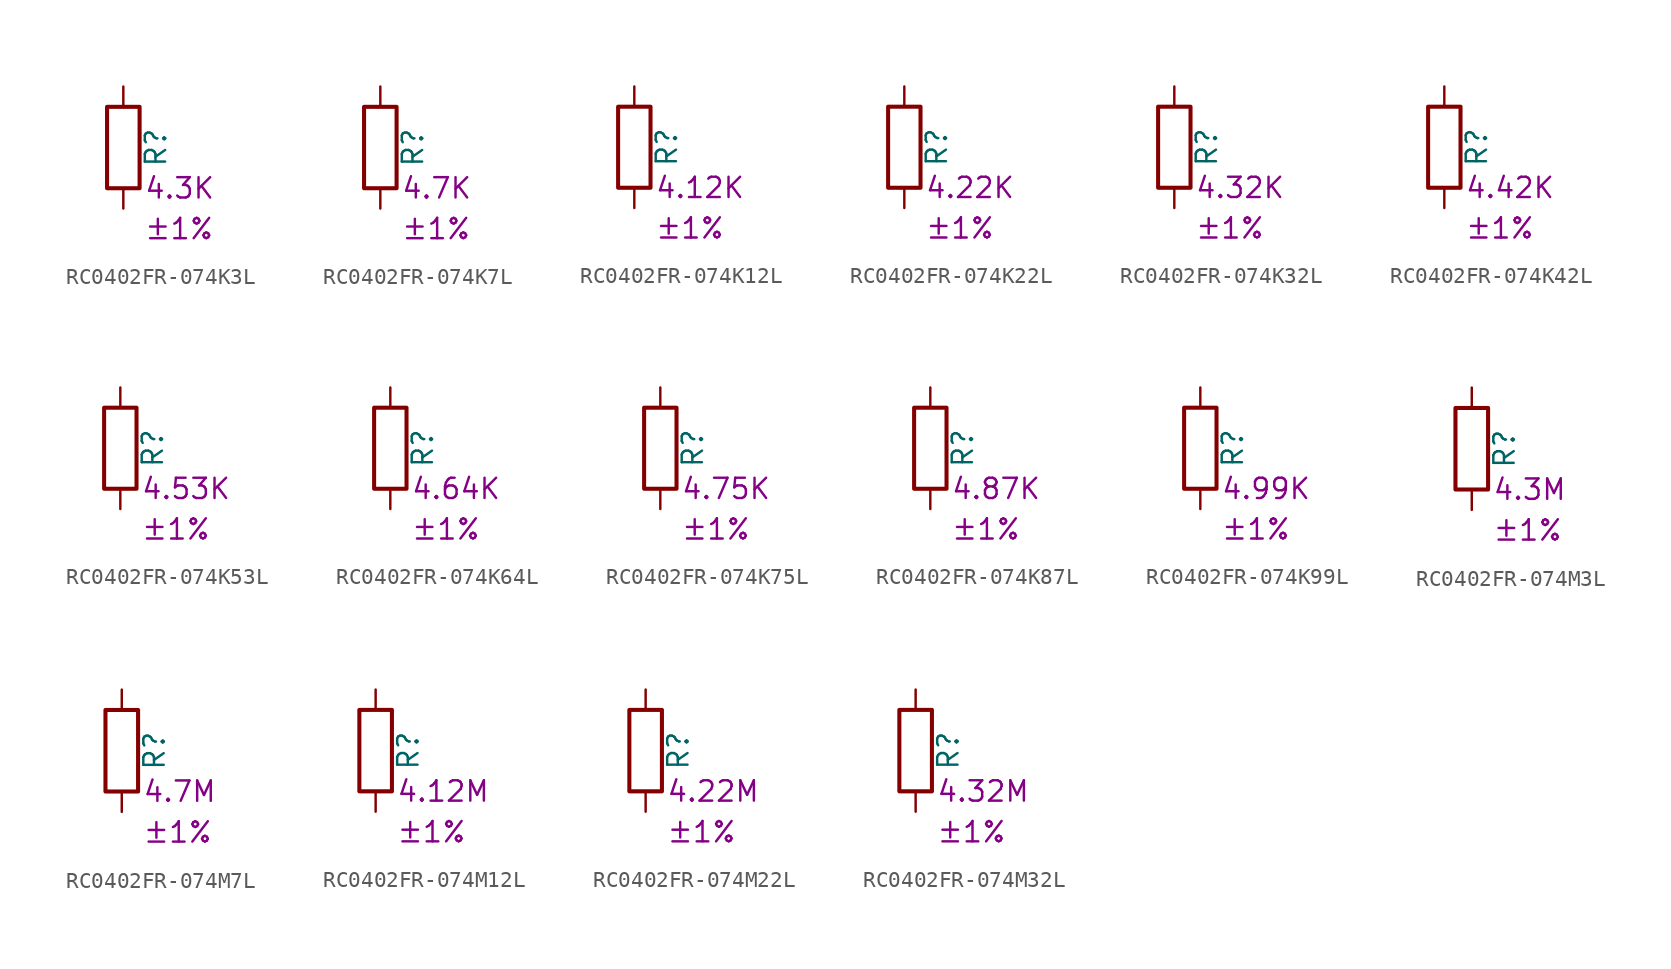
<source format=kicad_sym>
(kicad_symbol_lib
  (version 20220914)
  (generator kicad_symbol_editor)
  (symbol "RC0402FR-074K3L"
    (pin_numbers hide)
    (pin_names
      (offset 0))
    (property "Reference" "R"
      (at 2.032 0 90)
      (effects (font (size 1.27 1.27))))
    (property "Resistance" "4.3K"
      (at 1.27 -2.54 0)
      (effects (font (size 1.27 1.27)) (justify left)))
    (property "Tolerance" "±1%"
      (at 1.27 -5.08 0)
      (effects (font (size 1.27 1.27)) (justify left)))
    (symbol "RC0402FR-074K3L_0_1"
      (rectangle (start -1.016 -2.54) (end 1.016 2.54) (stroke (width 0.254) (type default)) (fill (type none))))
    (symbol "RC0402FR-074K3L_1_1"
      (pin passive line (at 0 3.81 270) (length 1.27) (name "~" (effects (font (size 1.27 1.27)))) (number "1" (effects (font (size 1.27 1.27)))))
      (pin passive line (at 0 -3.81 90) (length 1.27) (name "~" (effects (font (size 1.27 1.27)))) (number "2" (effects (font (size 1.27 1.27)))))))
  (symbol "RC0402FR-074K7L"
    (pin_numbers hide)
    (pin_names
      (offset 0))
    (property "Reference" "R"
      (at 2.032 0 90)
      (effects (font (size 1.27 1.27))))
    (property "Resistance" "4.7K"
      (at 1.27 -2.54 0)
      (effects (font (size 1.27 1.27)) (justify left)))
    (property "Tolerance" "±1%"
      (at 1.27 -5.08 0)
      (effects (font (size 1.27 1.27)) (justify left)))
    (symbol "RC0402FR-074K7L_0_1"
      (rectangle (start -1.016 -2.54) (end 1.016 2.54) (stroke (width 0.254) (type default)) (fill (type none))))
    (symbol "RC0402FR-074K7L_1_1"
      (pin passive line (at 0 3.81 270) (length 1.27) (name "~" (effects (font (size 1.27 1.27)))) (number "1" (effects (font (size 1.27 1.27)))))
      (pin passive line (at 0 -3.81 90) (length 1.27) (name "~" (effects (font (size 1.27 1.27)))) (number "2" (effects (font (size 1.27 1.27)))))))
  (symbol "RC0402FR-074K12L"
    (pin_numbers hide)
    (pin_names
      (offset 0))
    (property "Reference" "R"
      (at 2.032 0 90)
      (effects (font (size 1.27 1.27))))
    (property "Resistance" "4.12K"
      (at 1.27 -2.54 0)
      (effects (font (size 1.27 1.27)) (justify left)))
    (property "Tolerance" "±1%"
      (at 1.27 -5.08 0)
      (effects (font (size 1.27 1.27)) (justify left)))
    (symbol "RC0402FR-074K12L_0_1"
      (rectangle (start -1.016 -2.54) (end 1.016 2.54) (stroke (width 0.254) (type default)) (fill (type none))))
    (symbol "RC0402FR-074K12L_1_1"
      (pin passive line (at 0 3.81 270) (length 1.27) (name "~" (effects (font (size 1.27 1.27)))) (number "1" (effects (font (size 1.27 1.27)))))
      (pin passive line (at 0 -3.81 90) (length 1.27) (name "~" (effects (font (size 1.27 1.27)))) (number "2" (effects (font (size 1.27 1.27)))))))
  (symbol "RC0402FR-074K22L"
    (pin_numbers hide)
    (pin_names
      (offset 0))
    (property "Reference" "R"
      (at 2.032 0 90)
      (effects (font (size 1.27 1.27))))
    (property "Resistance" "4.22K"
      (at 1.27 -2.54 0)
      (effects (font (size 1.27 1.27)) (justify left)))
    (property "Tolerance" "±1%"
      (at 1.27 -5.08 0)
      (effects (font (size 1.27 1.27)) (justify left)))
    (symbol "RC0402FR-074K22L_0_1"
      (rectangle (start -1.016 -2.54) (end 1.016 2.54) (stroke (width 0.254) (type default)) (fill (type none))))
    (symbol "RC0402FR-074K22L_1_1"
      (pin passive line (at 0 3.81 270) (length 1.27) (name "~" (effects (font (size 1.27 1.27)))) (number "1" (effects (font (size 1.27 1.27)))))
      (pin passive line (at 0 -3.81 90) (length 1.27) (name "~" (effects (font (size 1.27 1.27)))) (number "2" (effects (font (size 1.27 1.27)))))))
  (symbol "RC0402FR-074K32L"
    (pin_numbers hide)
    (pin_names
      (offset 0))
    (property "Reference" "R"
      (at 2.032 0 90)
      (effects (font (size 1.27 1.27))))
    (property "Resistance" "4.32K"
      (at 1.27 -2.54 0)
      (effects (font (size 1.27 1.27)) (justify left)))
    (property "Tolerance" "±1%"
      (at 1.27 -5.08 0)
      (effects (font (size 1.27 1.27)) (justify left)))
    (symbol "RC0402FR-074K32L_0_1"
      (rectangle (start -1.016 -2.54) (end 1.016 2.54) (stroke (width 0.254) (type default)) (fill (type none))))
    (symbol "RC0402FR-074K32L_1_1"
      (pin passive line (at 0 3.81 270) (length 1.27) (name "~" (effects (font (size 1.27 1.27)))) (number "1" (effects (font (size 1.27 1.27)))))
      (pin passive line (at 0 -3.81 90) (length 1.27) (name "~" (effects (font (size 1.27 1.27)))) (number "2" (effects (font (size 1.27 1.27)))))))
  (symbol "RC0402FR-074K42L"
    (pin_numbers hide)
    (pin_names
      (offset 0))
    (property "Reference" "R"
      (at 2.032 0 90)
      (effects (font (size 1.27 1.27))))
    (property "Resistance" "4.42K"
      (at 1.27 -2.54 0)
      (effects (font (size 1.27 1.27)) (justify left)))
    (property "Tolerance" "±1%"
      (at 1.27 -5.08 0)
      (effects (font (size 1.27 1.27)) (justify left)))
    (symbol "RC0402FR-074K42L_0_1"
      (rectangle (start -1.016 -2.54) (end 1.016 2.54) (stroke (width 0.254) (type default)) (fill (type none))))
    (symbol "RC0402FR-074K42L_1_1"
      (pin passive line (at 0 3.81 270) (length 1.27) (name "~" (effects (font (size 1.27 1.27)))) (number "1" (effects (font (size 1.27 1.27)))))
      (pin passive line (at 0 -3.81 90) (length 1.27) (name "~" (effects (font (size 1.27 1.27)))) (number "2" (effects (font (size 1.27 1.27)))))))
  (symbol "RC0402FR-074K53L"
    (pin_numbers hide)
    (pin_names
      (offset 0))
    (property "Reference" "R"
      (at 2.032 0 90)
      (effects (font (size 1.27 1.27))))
    (property "Resistance" "4.53K"
      (at 1.27 -2.54 0)
      (effects (font (size 1.27 1.27)) (justify left)))
    (property "Tolerance" "±1%"
      (at 1.27 -5.08 0)
      (effects (font (size 1.27 1.27)) (justify left)))
    (symbol "RC0402FR-074K53L_0_1"
      (rectangle (start -1.016 -2.54) (end 1.016 2.54) (stroke (width 0.254) (type default)) (fill (type none))))
    (symbol "RC0402FR-074K53L_1_1"
      (pin passive line (at 0 3.81 270) (length 1.27) (name "~" (effects (font (size 1.27 1.27)))) (number "1" (effects (font (size 1.27 1.27)))))
      (pin passive line (at 0 -3.81 90) (length 1.27) (name "~" (effects (font (size 1.27 1.27)))) (number "2" (effects (font (size 1.27 1.27)))))))
  (symbol "RC0402FR-074K64L"
    (pin_numbers hide)
    (pin_names
      (offset 0))
    (property "Reference" "R"
      (at 2.032 0 90)
      (effects (font (size 1.27 1.27))))
    (property "Resistance" "4.64K"
      (at 1.27 -2.54 0)
      (effects (font (size 1.27 1.27)) (justify left)))
    (property "Tolerance" "±1%"
      (at 1.27 -5.08 0)
      (effects (font (size 1.27 1.27)) (justify left)))
    (symbol "RC0402FR-074K64L_0_1"
      (rectangle (start -1.016 -2.54) (end 1.016 2.54) (stroke (width 0.254) (type default)) (fill (type none))))
    (symbol "RC0402FR-074K64L_1_1"
      (pin passive line (at 0 3.81 270) (length 1.27) (name "~" (effects (font (size 1.27 1.27)))) (number "1" (effects (font (size 1.27 1.27)))))
      (pin passive line (at 0 -3.81 90) (length 1.27) (name "~" (effects (font (size 1.27 1.27)))) (number "2" (effects (font (size 1.27 1.27)))))))
  (symbol "RC0402FR-074K75L"
    (pin_numbers hide)
    (pin_names
      (offset 0))
    (property "Reference" "R"
      (at 2.032 0 90)
      (effects (font (size 1.27 1.27))))
    (property "Resistance" "4.75K"
      (at 1.27 -2.54 0)
      (effects (font (size 1.27 1.27)) (justify left)))
    (property "Tolerance" "±1%"
      (at 1.27 -5.08 0)
      (effects (font (size 1.27 1.27)) (justify left)))
    (symbol "RC0402FR-074K75L_0_1"
      (rectangle (start -1.016 -2.54) (end 1.016 2.54) (stroke (width 0.254) (type default)) (fill (type none))))
    (symbol "RC0402FR-074K75L_1_1"
      (pin passive line (at 0 3.81 270) (length 1.27) (name "~" (effects (font (size 1.27 1.27)))) (number "1" (effects (font (size 1.27 1.27)))))
      (pin passive line (at 0 -3.81 90) (length 1.27) (name "~" (effects (font (size 1.27 1.27)))) (number "2" (effects (font (size 1.27 1.27)))))))
  (symbol "RC0402FR-074K87L"
    (pin_numbers hide)
    (pin_names
      (offset 0))
    (property "Reference" "R"
      (at 2.032 0 90)
      (effects (font (size 1.27 1.27))))
    (property "Resistance" "4.87K"
      (at 1.27 -2.54 0)
      (effects (font (size 1.27 1.27)) (justify left)))
    (property "Tolerance" "±1%"
      (at 1.27 -5.08 0)
      (effects (font (size 1.27 1.27)) (justify left)))
    (symbol "RC0402FR-074K87L_0_1"
      (rectangle (start -1.016 -2.54) (end 1.016 2.54) (stroke (width 0.254) (type default)) (fill (type none))))
    (symbol "RC0402FR-074K87L_1_1"
      (pin passive line (at 0 3.81 270) (length 1.27) (name "~" (effects (font (size 1.27 1.27)))) (number "1" (effects (font (size 1.27 1.27)))))
      (pin passive line (at 0 -3.81 90) (length 1.27) (name "~" (effects (font (size 1.27 1.27)))) (number "2" (effects (font (size 1.27 1.27)))))))
  (symbol "RC0402FR-074K99L"
    (pin_numbers hide)
    (pin_names
      (offset 0))
    (property "Reference" "R"
      (at 2.032 0 90)
      (effects (font (size 1.27 1.27))))
    (property "Resistance" "4.99K"
      (at 1.27 -2.54 0)
      (effects (font (size 1.27 1.27)) (justify left)))
    (property "Tolerance" "±1%"
      (at 1.27 -5.08 0)
      (effects (font (size 1.27 1.27)) (justify left)))
    (symbol "RC0402FR-074K99L_0_1"
      (rectangle (start -1.016 -2.54) (end 1.016 2.54) (stroke (width 0.254) (type default)) (fill (type none))))
    (symbol "RC0402FR-074K99L_1_1"
      (pin passive line (at 0 3.81 270) (length 1.27) (name "~" (effects (font (size 1.27 1.27)))) (number "1" (effects (font (size 1.27 1.27)))))
      (pin passive line (at 0 -3.81 90) (length 1.27) (name "~" (effects (font (size 1.27 1.27)))) (number "2" (effects (font (size 1.27 1.27)))))))
  (symbol "RC0402FR-074M3L"
    (pin_numbers hide)
    (pin_names
      (offset 0))
    (property "Reference" "R"
      (at 2.032 0 90)
      (effects (font (size 1.27 1.27))))
    (property "Resistance" "4.3M"
      (at 1.27 -2.54 0)
      (effects (font (size 1.27 1.27)) (justify left)))
    (property "Tolerance" "±1%"
      (at 1.27 -5.08 0)
      (effects (font (size 1.27 1.27)) (justify left)))
    (symbol "RC0402FR-074M3L_0_1"
      (rectangle (start -1.016 -2.54) (end 1.016 2.54) (stroke (width 0.254) (type default)) (fill (type none))))
    (symbol "RC0402FR-074M3L_1_1"
      (pin passive line (at 0 3.81 270) (length 1.27) (name "~" (effects (font (size 1.27 1.27)))) (number "1" (effects (font (size 1.27 1.27)))))
      (pin passive line (at 0 -3.81 90) (length 1.27) (name "~" (effects (font (size 1.27 1.27)))) (number "2" (effects (font (size 1.27 1.27)))))))
  (symbol "RC0402FR-074M7L"
    (pin_numbers hide)
    (pin_names
      (offset 0))
    (property "Reference" "R"
      (at 2.032 0 90)
      (effects (font (size 1.27 1.27))))
    (property "Resistance" "4.7M"
      (at 1.27 -2.54 0)
      (effects (font (size 1.27 1.27)) (justify left)))
    (property "Tolerance" "±1%"
      (at 1.27 -5.08 0)
      (effects (font (size 1.27 1.27)) (justify left)))
    (symbol "RC0402FR-074M7L_0_1"
      (rectangle (start -1.016 -2.54) (end 1.016 2.54) (stroke (width 0.254) (type default)) (fill (type none))))
    (symbol "RC0402FR-074M7L_1_1"
      (pin passive line (at 0 3.81 270) (length 1.27) (name "~" (effects (font (size 1.27 1.27)))) (number "1" (effects (font (size 1.27 1.27)))))
      (pin passive line (at 0 -3.81 90) (length 1.27) (name "~" (effects (font (size 1.27 1.27)))) (number "2" (effects (font (size 1.27 1.27)))))))
  (symbol "RC0402FR-074M12L"
    (pin_numbers hide)
    (pin_names
      (offset 0))
    (property "Reference" "R"
      (at 2.032 0 90)
      (effects (font (size 1.27 1.27))))
    (property "Resistance" "4.12M"
      (at 1.27 -2.54 0)
      (effects (font (size 1.27 1.27)) (justify left)))
    (property "Tolerance" "±1%"
      (at 1.27 -5.08 0)
      (effects (font (size 1.27 1.27)) (justify left)))
    (symbol "RC0402FR-074M12L_0_1"
      (rectangle (start -1.016 -2.54) (end 1.016 2.54) (stroke (width 0.254) (type default)) (fill (type none))))
    (symbol "RC0402FR-074M12L_1_1"
      (pin passive line (at 0 3.81 270) (length 1.27) (name "~" (effects (font (size 1.27 1.27)))) (number "1" (effects (font (size 1.27 1.27)))))
      (pin passive line (at 0 -3.81 90) (length 1.27) (name "~" (effects (font (size 1.27 1.27)))) (number "2" (effects (font (size 1.27 1.27)))))))
  (symbol "RC0402FR-074M22L"
    (pin_numbers hide)
    (pin_names
      (offset 0))
    (property "Reference" "R"
      (at 2.032 0 90)
      (effects (font (size 1.27 1.27))))
    (property "Resistance" "4.22M"
      (at 1.27 -2.54 0)
      (effects (font (size 1.27 1.27)) (justify left)))
    (property "Tolerance" "±1%"
      (at 1.27 -5.08 0)
      (effects (font (size 1.27 1.27)) (justify left)))
    (symbol "RC0402FR-074M22L_0_1"
      (rectangle (start -1.016 -2.54) (end 1.016 2.54) (stroke (width 0.254) (type default)) (fill (type none))))
    (symbol "RC0402FR-074M22L_1_1"
      (pin passive line (at 0 3.81 270) (length 1.27) (name "~" (effects (font (size 1.27 1.27)))) (number "1" (effects (font (size 1.27 1.27)))))
      (pin passive line (at 0 -3.81 90) (length 1.27) (name "~" (effects (font (size 1.27 1.27)))) (number "2" (effects (font (size 1.27 1.27)))))))
  (symbol "RC0402FR-074M32L"
    (pin_numbers hide)
    (pin_names
      (offset 0))
    (property "Reference" "R"
      (at 2.032 0 90)
      (effects (font (size 1.27 1.27))))
    (property "Resistance" "4.32M"
      (at 1.27 -2.54 0)
      (effects (font (size 1.27 1.27)) (justify left)))
    (property "Tolerance" "±1%"
      (at 1.27 -5.08 0)
      (effects (font (size 1.27 1.27)) (justify left)))
    (symbol "RC0402FR-074M32L_0_1"
      (rectangle (start -1.016 -2.54) (end 1.016 2.54) (stroke (width 0.254) (type default)) (fill (type none))))
    (symbol "RC0402FR-074M32L_1_1"
      (pin passive line (at 0 3.81 270) (length 1.27) (name "~" (effects (font (size 1.27 1.27)))) (number "1" (effects (font (size 1.27 1.27)))))
      (pin passive line (at 0 -3.81 90) (length 1.27) (name "~" (effects (font (size 1.27 1.27)))) (number "2" (effects (font (size 1.27 1.27))))))))
</source>
